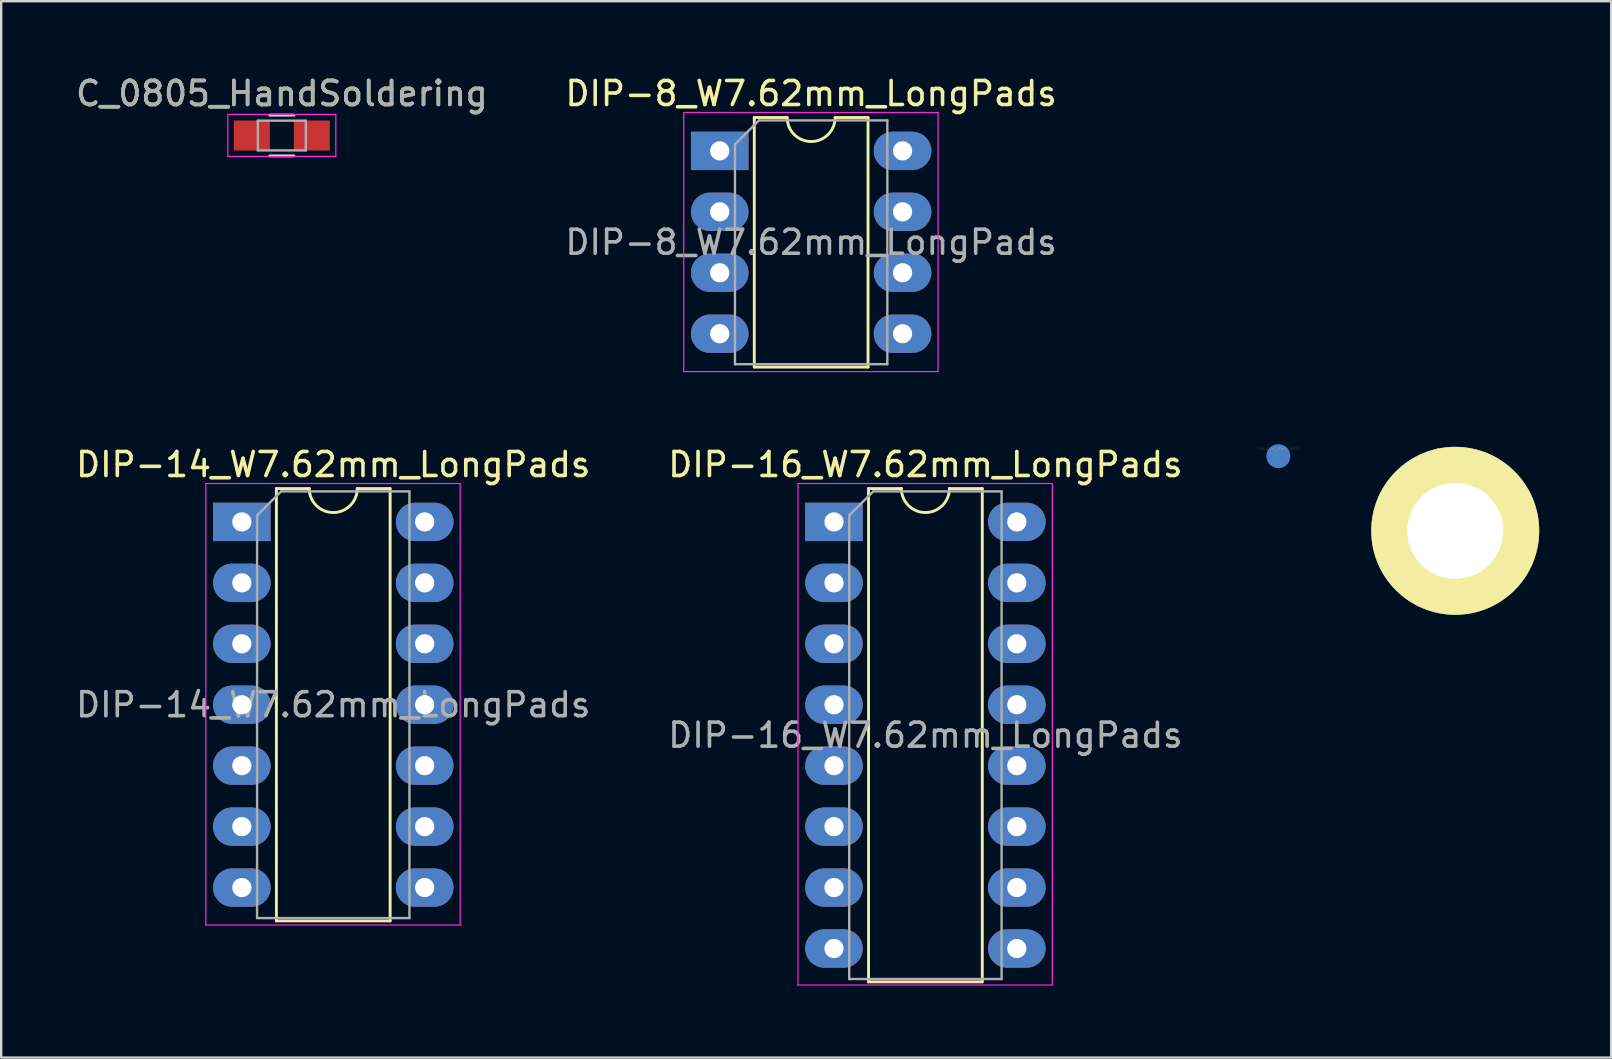
<source format=kicad_pcb>
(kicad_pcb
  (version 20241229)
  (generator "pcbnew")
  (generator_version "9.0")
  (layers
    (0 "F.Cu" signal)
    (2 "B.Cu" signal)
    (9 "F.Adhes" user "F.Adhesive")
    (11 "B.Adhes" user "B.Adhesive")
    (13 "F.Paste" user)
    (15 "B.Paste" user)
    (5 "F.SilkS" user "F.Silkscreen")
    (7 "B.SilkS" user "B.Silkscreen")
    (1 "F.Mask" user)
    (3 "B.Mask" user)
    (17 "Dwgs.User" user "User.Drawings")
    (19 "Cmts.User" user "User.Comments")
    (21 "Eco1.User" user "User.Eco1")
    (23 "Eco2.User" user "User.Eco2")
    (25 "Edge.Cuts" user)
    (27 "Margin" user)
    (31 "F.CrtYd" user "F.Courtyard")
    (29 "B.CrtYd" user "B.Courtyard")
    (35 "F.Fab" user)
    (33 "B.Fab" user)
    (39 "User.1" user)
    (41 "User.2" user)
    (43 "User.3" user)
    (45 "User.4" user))
  (footprint "Hole"
    (layer "F.Cu")
    (at 57.599 19.023)
    (property "Reference" "Hole" (at 0 -3.048 0) (layer "F.SilkS") (effects (font (size 0.5 0.5) (thickness 0.125))))
    (attr through_hole)
    (fp_circle (center 0 0) (end 0 -2.286) (stroke (width 0.381) (type solid)) (fill no) (layer "F.SilkS"))
    (pad "1" thru_hole circle (at 0 0.05) (size 7 7) (drill 4) (layers "*.Cu" "*.Mask" "F.SilkS")))
  (footprint "Fiducial_1mm_BOT"
    (layer "F.Cu")
    (at 50.228 15.963)
    (property "Reference" "Fiducial_1mm_BOT" (at 0 -0.318 0) (layer "F.SilkS") (effects (font (size 0.127 0.127) (thickness 0.003))))
    (attr through_hole)
    (pad "1" smd circle (at 0 0) (size 1 1) (layers "B.Cu" "B.Mask")))
  (footprint "DIP-16_W7.62mm_LongPads"
    (layer "F.Cu")
    (at 31.708 18.701)
    (property "Reference" "DIP-16_W7.62mm_LongPads" (at 3.81 -2.39 0) (layer "F.SilkS") (effects (font (size 1 1) (thickness 0.15))))
    (attr through_hole)
    (fp_line (start 1.44 -1.39) (end 1.44 19.17) (stroke (width 0.12) (type solid)) (layer "F.SilkS"))
    (fp_line (start 1.44 19.17) (end 6.18 19.17) (stroke (width 0.12) (type solid)) (layer "F.SilkS"))
    (fp_line (start 2.81 -1.39) (end 1.44 -1.39) (stroke (width 0.12) (type solid)) (layer "F.SilkS"))
    (fp_line (start 6.18 -1.39) (end 4.81 -1.39) (stroke (width 0.12) (type solid)) (layer "F.SilkS"))
    (fp_line (start 6.18 19.17) (end 6.18 -1.39) (stroke (width 0.12) (type solid)) (layer "F.SilkS"))
    (fp_arc (start 4.81 -1.39) (mid 3.81 -0.39) (end 2.81 -1.39) (stroke (width 0.12) (type solid)) (layer "F.SilkS"))
    (fp_line (start -1.5 -1.6) (end -1.5 19.3) (stroke (width 0.05) (type solid)) (layer "F.CrtYd"))
    (fp_line (start -1.5 19.3) (end 9.1 19.3) (stroke (width 0.05) (type solid)) (layer "F.CrtYd"))
    (fp_line (start 9.1 -1.6) (end -1.5 -1.6) (stroke (width 0.05) (type solid)) (layer "F.CrtYd"))
    (fp_line (start 9.1 19.3) (end 9.1 -1.6) (stroke (width 0.05) (type solid)) (layer "F.CrtYd"))
    (fp_line (start 0.635 -0.27) (end 1.635 -1.27) (stroke (width 0.1) (type solid)) (layer "F.Fab"))
    (fp_line (start 0.635 19.05) (end 0.635 -0.27) (stroke (width 0.1) (type solid)) (layer "F.Fab"))
    (fp_line (start 1.635 -1.27) (end 6.985 -1.27) (stroke (width 0.1) (type solid)) (layer "F.Fab"))
    (fp_line (start 6.985 -1.27) (end 6.985 19.05) (stroke (width 0.1) (type solid)) (layer "F.Fab"))
    (fp_line (start 6.985 19.05) (end 0.635 19.05) (stroke (width 0.1) (type solid)) (layer "F.Fab"))
    (fp_text user "${REFERENCE}" (at 3.81 8.89 0) (layer "F.Fab") (effects (font (size 1 1) (thickness 0.15))))
    (pad "1" thru_hole rect (at 0 0) (size 2.4 1.6) (drill 0.8) (layers "*.Cu" "*.Mask"))
    (pad "2" thru_hole oval (at 0 2.54) (size 2.4 1.6) (drill 0.8) (layers "*.Cu" "*.Mask"))
    (pad "3" thru_hole oval (at 0 5.08) (size 2.4 1.6) (drill 0.8) (layers "*.Cu" "*.Mask"))
    (pad "4" thru_hole oval (at 0 7.62) (size 2.4 1.6) (drill 0.8) (layers "*.Cu" "*.Mask"))
    (pad "5" thru_hole oval (at 0 10.16) (size 2.4 1.6) (drill 0.8) (layers "*.Cu" "*.Mask"))
    (pad "6" thru_hole oval (at 0 12.7) (size 2.4 1.6) (drill 0.8) (layers "*.Cu" "*.Mask"))
    (pad "7" thru_hole oval (at 0 15.24) (size 2.4 1.6) (drill 0.8) (layers "*.Cu" "*.Mask"))
    (pad "8" thru_hole oval (at 0 17.78) (size 2.4 1.6) (drill 0.8) (layers "*.Cu" "*.Mask"))
    (pad "9" thru_hole oval (at 7.62 17.78) (size 2.4 1.6) (drill 0.8) (layers "*.Cu" "*.Mask"))
    (pad "10" thru_hole oval (at 7.62 15.24) (size 2.4 1.6) (drill 0.8) (layers "*.Cu" "*.Mask"))
    (pad "11" thru_hole oval (at 7.62 12.7) (size 2.4 1.6) (drill 0.8) (layers "*.Cu" "*.Mask"))
    (pad "12" thru_hole oval (at 7.62 10.16) (size 2.4 1.6) (drill 0.8) (layers "*.Cu" "*.Mask"))
    (pad "13" thru_hole oval (at 7.62 7.62) (size 2.4 1.6) (drill 0.8) (layers "*.Cu" "*.Mask"))
    (pad "14" thru_hole oval (at 7.62 5.08) (size 2.4 1.6) (drill 0.8) (layers "*.Cu" "*.Mask"))
    (pad "15" thru_hole oval (at 7.62 2.54) (size 2.4 1.6) (drill 0.8) (layers "*.Cu" "*.Mask"))
    (pad "16" thru_hole oval (at 7.62 0) (size 2.4 1.6) (drill 0.8) (layers "*.Cu" "*.Mask")))
  (footprint "DIP-8_W7.62mm_LongPads"
    (layer "F.Cu")
    (at 26.946 3.238)
    (property "Reference" "DIP-8_W7.62mm_LongPads" (at 3.81 -2.39 0) (layer "F.SilkS") (effects (font (size 1 1) (thickness 0.15))))
    (attr through_hole)
    (fp_line (start 1.44 -1.39) (end 1.44 9.01) (stroke (width 0.12) (type solid)) (layer "F.SilkS"))
    (fp_line (start 1.44 9.01) (end 6.18 9.01) (stroke (width 0.12) (type solid)) (layer "F.SilkS"))
    (fp_line (start 2.81 -1.39) (end 1.44 -1.39) (stroke (width 0.12) (type solid)) (layer "F.SilkS"))
    (fp_line (start 6.18 -1.39) (end 4.81 -1.39) (stroke (width 0.12) (type solid)) (layer "F.SilkS"))
    (fp_line (start 6.18 9.01) (end 6.18 -1.39) (stroke (width 0.12) (type solid)) (layer "F.SilkS"))
    (fp_arc (start 4.81 -1.39) (mid 3.81 -0.39) (end 2.81 -1.39) (stroke (width 0.12) (type solid)) (layer "F.SilkS"))
    (fp_line (start -1.5 -1.6) (end -1.5 9.2) (stroke (width 0.05) (type solid)) (layer "F.CrtYd"))
    (fp_line (start -1.5 9.2) (end 9.1 9.2) (stroke (width 0.05) (type solid)) (layer "F.CrtYd"))
    (fp_line (start 9.1 -1.6) (end -1.5 -1.6) (stroke (width 0.05) (type solid)) (layer "F.CrtYd"))
    (fp_line (start 9.1 9.2) (end 9.1 -1.6) (stroke (width 0.05) (type solid)) (layer "F.CrtYd"))
    (fp_line (start 0.635 -0.27) (end 1.635 -1.27) (stroke (width 0.1) (type solid)) (layer "F.Fab"))
    (fp_line (start 0.635 8.89) (end 0.635 -0.27) (stroke (width 0.1) (type solid)) (layer "F.Fab"))
    (fp_line (start 1.635 -1.27) (end 6.985 -1.27) (stroke (width 0.1) (type solid)) (layer "F.Fab"))
    (fp_line (start 6.985 -1.27) (end 6.985 8.89) (stroke (width 0.1) (type solid)) (layer "F.Fab"))
    (fp_line (start 6.985 8.89) (end 0.635 8.89) (stroke (width 0.1) (type solid)) (layer "F.Fab"))
    (fp_text user "${REFERENCE}" (at 3.81 3.81 0) (layer "F.Fab") (effects (font (size 1 1) (thickness 0.15))))
    (pad "1" thru_hole rect (at 0 0) (size 2.4 1.6) (drill 0.8) (layers "*.Cu" "*.Mask"))
    (pad "2" thru_hole oval (at 0 2.54) (size 2.4 1.6) (drill 0.8) (layers "*.Cu" "*.Mask"))
    (pad "3" thru_hole oval (at 0 5.08) (size 2.4 1.6) (drill 0.8) (layers "*.Cu" "*.Mask"))
    (pad "4" thru_hole oval (at 0 7.62) (size 2.4 1.6) (drill 0.8) (layers "*.Cu" "*.Mask"))
    (pad "5" thru_hole oval (at 7.62 7.62) (size 2.4 1.6) (drill 0.8) (layers "*.Cu" "*.Mask"))
    (pad "6" thru_hole oval (at 7.62 5.08) (size 2.4 1.6) (drill 0.8) (layers "*.Cu" "*.Mask"))
    (pad "7" thru_hole oval (at 7.62 2.54) (size 2.4 1.6) (drill 0.8) (layers "*.Cu" "*.Mask"))
    (pad "8" thru_hole oval (at 7.62 0) (size 2.4 1.6) (drill 0.8) (layers "*.Cu" "*.Mask")))
  (footprint "C_0805_HandSoldering"
    (layer "F.Cu")
    (at 8.696 2.598)
    (property "Reference" "C_0805_HandSoldering" (at 0 -1.75 0) (layer "F.SilkS") (effects (font (size 1 1) (thickness 0.15))))
    (attr smd)
    (fp_line (start -0.5 0.85) (end 0.5 0.85) (stroke (width 0.12) (type solid)) (layer "F.SilkS"))
    (fp_line (start 0.5 -0.85) (end -0.5 -0.85) (stroke (width 0.12) (type solid)) (layer "F.SilkS"))
    (fp_line (start -2.25 -0.88) (end -2.25 0.87) (stroke (width 0.05) (type solid)) (layer "F.CrtYd"))
    (fp_line (start -2.25 -0.88) (end 2.25 -0.88) (stroke (width 0.05) (type solid)) (layer "F.CrtYd"))
    (fp_line (start 2.25 0.87) (end -2.25 0.87) (stroke (width 0.05) (type solid)) (layer "F.CrtYd"))
    (fp_line (start 2.25 0.87) (end 2.25 -0.88) (stroke (width 0.05) (type solid)) (layer "F.CrtYd"))
    (fp_line (start -1 -0.62) (end 1 -0.62) (stroke (width 0.1) (type solid)) (layer "F.Fab"))
    (fp_line (start -1 0.62) (end -1 -0.62) (stroke (width 0.1) (type solid)) (layer "F.Fab"))
    (fp_line (start 1 -0.62) (end 1 0.62) (stroke (width 0.1) (type solid)) (layer "F.Fab"))
    (fp_line (start 1 0.62) (end -1 0.62) (stroke (width 0.1) (type solid)) (layer "F.Fab"))
    (fp_text user "${REFERENCE}" (at 0 -1.75 0) (layer "F.Fab") (effects (font (size 1 1) (thickness 0.15))))
    (pad "1" smd rect (at -1.25 0) (size 1.5 1.25) (layers "F.Cu" "F.Mask" "F.Paste"))
    (pad "2" smd rect (at 1.25 0) (size 1.5 1.25) (layers "F.Cu" "F.Mask" "F.Paste")))
  (footprint "DIP-14_W7.62mm_LongPads"
    (layer "F.Cu")
    (at 7.029 18.701)
    (property "Reference" "DIP-14_W7.62mm_LongPads" (at 3.81 -2.39 0) (layer "F.SilkS") (effects (font (size 1 1) (thickness 0.15))))
    (attr through_hole)
    (fp_line (start 1.44 -1.39) (end 1.44 16.63) (stroke (width 0.12) (type solid)) (layer "F.SilkS"))
    (fp_line (start 1.44 16.63) (end 6.18 16.63) (stroke (width 0.12) (type solid)) (layer "F.SilkS"))
    (fp_line (start 2.81 -1.39) (end 1.44 -1.39) (stroke (width 0.12) (type solid)) (layer "F.SilkS"))
    (fp_line (start 6.18 -1.39) (end 4.81 -1.39) (stroke (width 0.12) (type solid)) (layer "F.SilkS"))
    (fp_line (start 6.18 16.63) (end 6.18 -1.39) (stroke (width 0.12) (type solid)) (layer "F.SilkS"))
    (fp_arc (start 4.81 -1.39) (mid 3.81 -0.39) (end 2.81 -1.39) (stroke (width 0.12) (type solid)) (layer "F.SilkS"))
    (fp_line (start -1.5 -1.6) (end -1.5 16.8) (stroke (width 0.05) (type solid)) (layer "F.CrtYd"))
    (fp_line (start -1.5 16.8) (end 9.1 16.8) (stroke (width 0.05) (type solid)) (layer "F.CrtYd"))
    (fp_line (start 9.1 -1.6) (end -1.5 -1.6) (stroke (width 0.05) (type solid)) (layer "F.CrtYd"))
    (fp_line (start 9.1 16.8) (end 9.1 -1.6) (stroke (width 0.05) (type solid)) (layer "F.CrtYd"))
    (fp_line (start 0.635 -0.27) (end 1.635 -1.27) (stroke (width 0.1) (type solid)) (layer "F.Fab"))
    (fp_line (start 0.635 16.51) (end 0.635 -0.27) (stroke (width 0.1) (type solid)) (layer "F.Fab"))
    (fp_line (start 1.635 -1.27) (end 6.985 -1.27) (stroke (width 0.1) (type solid)) (layer "F.Fab"))
    (fp_line (start 6.985 -1.27) (end 6.985 16.51) (stroke (width 0.1) (type solid)) (layer "F.Fab"))
    (fp_line (start 6.985 16.51) (end 0.635 16.51) (stroke (width 0.1) (type solid)) (layer "F.Fab"))
    (fp_text user "${REFERENCE}" (at 3.81 7.62 0) (layer "F.Fab") (effects (font (size 1 1) (thickness 0.15))))
    (pad "1" thru_hole rect (at 0 0) (size 2.4 1.6) (drill 0.8) (layers "*.Cu" "*.Mask"))
    (pad "2" thru_hole oval (at 0 2.54) (size 2.4 1.6) (drill 0.8) (layers "*.Cu" "*.Mask"))
    (pad "3" thru_hole oval (at 0 5.08) (size 2.4 1.6) (drill 0.8) (layers "*.Cu" "*.Mask"))
    (pad "4" thru_hole oval (at 0 7.62) (size 2.4 1.6) (drill 0.8) (layers "*.Cu" "*.Mask"))
    (pad "5" thru_hole oval (at 0 10.16) (size 2.4 1.6) (drill 0.8) (layers "*.Cu" "*.Mask"))
    (pad "6" thru_hole oval (at 0 12.7) (size 2.4 1.6) (drill 0.8) (layers "*.Cu" "*.Mask"))
    (pad "7" thru_hole oval (at 0 15.24) (size 2.4 1.6) (drill 0.8) (layers "*.Cu" "*.Mask"))
    (pad "8" thru_hole oval (at 7.62 15.24) (size 2.4 1.6) (drill 0.8) (layers "*.Cu" "*.Mask"))
    (pad "9" thru_hole oval (at 7.62 12.7) (size 2.4 1.6) (drill 0.8) (layers "*.Cu" "*.Mask"))
    (pad "10" thru_hole oval (at 7.62 10.16) (size 2.4 1.6) (drill 0.8) (layers "*.Cu" "*.Mask"))
    (pad "11" thru_hole oval (at 7.62 7.62) (size 2.4 1.6) (drill 0.8) (layers "*.Cu" "*.Mask"))
    (pad "12" thru_hole oval (at 7.62 5.08) (size 2.4 1.6) (drill 0.8) (layers "*.Cu" "*.Mask"))
    (pad "13" thru_hole oval (at 7.62 2.54) (size 2.4 1.6) (drill 0.8) (layers "*.Cu" "*.Mask"))
    (pad "14" thru_hole oval (at 7.62 0) (size 2.4 1.6) (drill 0.8) (layers "*.Cu" "*.Mask")))
  (gr_rect
    (start -3 -3)
    (end 64.099 41.026)
    (stroke (width 0.1) (type default))
    (fill no)
    (layer "Edge.Cuts")))
</source>
